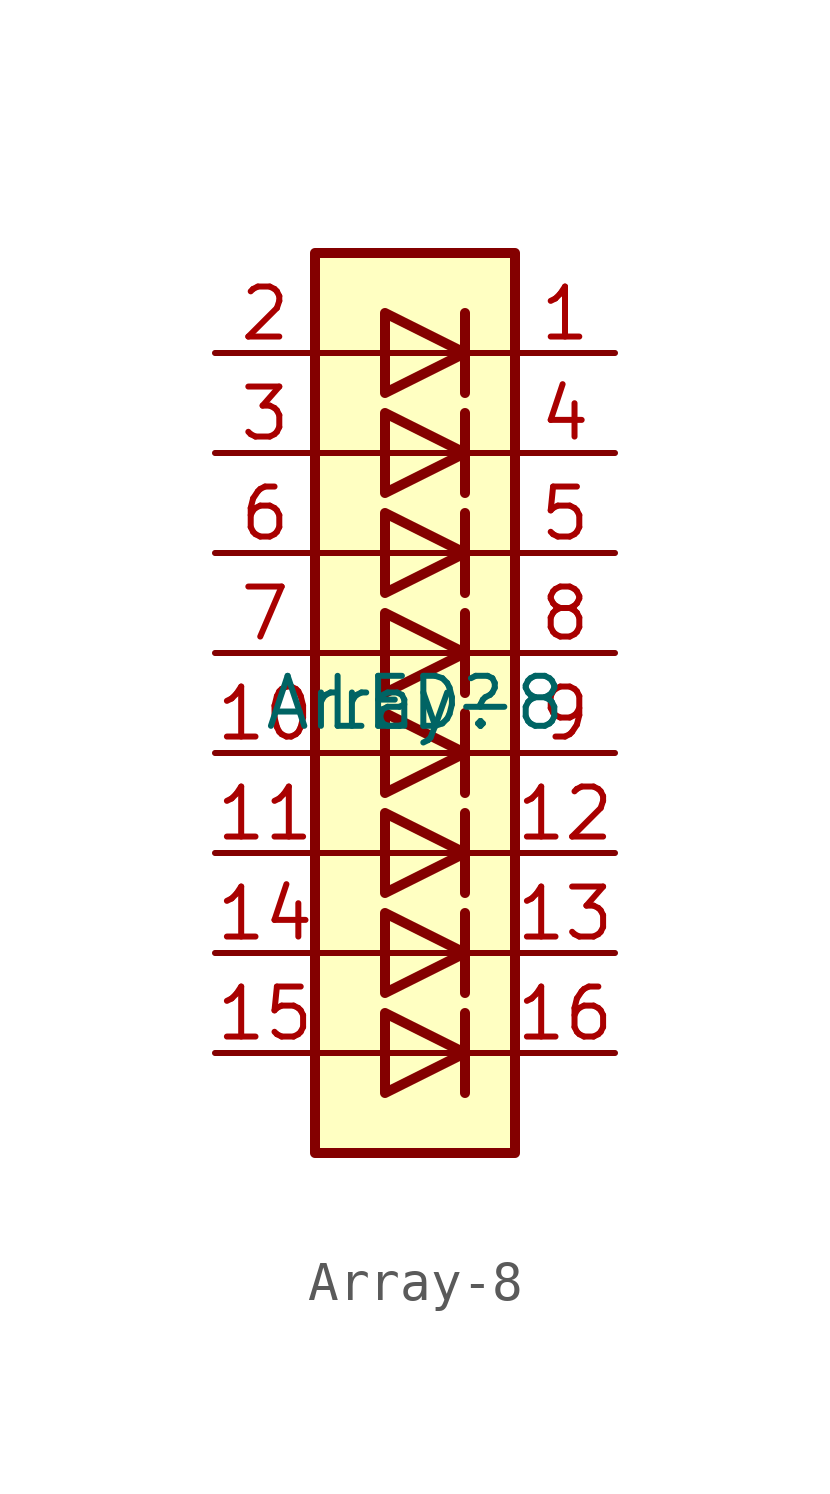
<source format=kicad_sym>
(kicad_symbol_lib
  (version 20231120)
  (generator "kicad_symbol_editor")
  (generator_version "8.0")
  (symbol "Array-8"
    (pin_names
      (offset 1.016))
    (property "Reference" "LED"
      (at 1.27 0 0)
      (effects (font (size 1.27 1.27))))
    (property "Value" "Array-8"
      (at 1.27 0 0)
      (effects (font (size 1.27 1.27))))
    (symbol "Array-8_1_1"
      (rectangle (start -1.27 11.43) (end 3.81 -11.43) (stroke (width 0.254) (type solid)) (fill (type background)))
      (polyline (pts (xy -1.27 -8.89) (xy 3.81 -8.89)) (stroke (width 0) (type solid)) (fill (type none)))
      (polyline (pts (xy -1.27 -6.35) (xy 3.81 -6.35)) (stroke (width 0) (type solid)) (fill (type none)))
      (polyline (pts (xy -1.27 -1.27) (xy 3.81 -1.27)) (stroke (width 0) (type solid)) (fill (type none)))
      (polyline (pts (xy -1.27 3.81) (xy 3.81 3.81)) (stroke (width 0) (type solid)) (fill (type none)))
      (polyline (pts (xy -1.27 6.35) (xy 3.81 6.35)) (stroke (width 0) (type solid)) (fill (type none)))
      (polyline (pts (xy -1.27 8.89) (xy 3.81 8.89)) (stroke (width 0) (type solid)) (fill (type none)))
      (polyline (pts (xy 2.54 -7.874) (xy 2.54 -9.906)) (stroke (width 0.254) (type solid)) (fill (type none)))
      (polyline (pts (xy 2.54 -5.334) (xy 2.54 -7.366)) (stroke (width 0.254) (type solid)) (fill (type none)))
      (polyline (pts (xy 2.54 -2.794) (xy 2.54 -4.826)) (stroke (width 0.254) (type solid)) (fill (type none)))
      (polyline (pts (xy 2.54 -0.254) (xy 2.54 -2.286)) (stroke (width 0.254) (type solid)) (fill (type none)))
      (polyline (pts (xy 2.54 2.286) (xy 2.54 0.254)) (stroke (width 0.254) (type solid)) (fill (type none)))
      (polyline (pts (xy 2.54 4.826) (xy 2.54 2.794)) (stroke (width 0.254) (type solid)) (fill (type none)))
      (polyline (pts (xy 2.54 7.366) (xy 2.54 5.334)) (stroke (width 0.254) (type solid)) (fill (type none)))
      (polyline (pts (xy 2.54 9.906) (xy 2.54 7.874)) (stroke (width 0.254) (type solid)) (fill (type none)))
      (polyline (pts (xy 3.81 -3.81) (xy -1.27 -3.81)) (stroke (width 0) (type solid)) (fill (type none)))
      (polyline (pts (xy 3.81 1.27) (xy -1.27 1.27)) (stroke (width 0) (type solid)) (fill (type none)))
      (polyline (pts (xy 0.508 -7.874) (xy 0.508 -9.906) (xy 2.54 -8.89) (xy 0.508 -7.874)) (stroke (width 0.254) (type solid)) (fill (type none)))
      (polyline (pts (xy 0.508 -5.334) (xy 0.508 -7.366) (xy 2.54 -6.35) (xy 0.508 -5.334)) (stroke (width 0.254) (type solid)) (fill (type none)))
      (polyline (pts (xy 0.508 -2.794) (xy 0.508 -4.826) (xy 2.54 -3.81) (xy 0.508 -2.794)) (stroke (width 0.254) (type solid)) (fill (type none)))
      (polyline (pts (xy 0.508 -0.254) (xy 0.508 -2.286) (xy 2.54 -1.27) (xy 0.508 -0.254)) (stroke (width 0.254) (type solid)) (fill (type none)))
      (polyline (pts (xy 0.508 2.286) (xy 0.508 0.254) (xy 2.54 1.27) (xy 0.508 2.286)) (stroke (width 0.254) (type solid)) (fill (type none)))
      (polyline (pts (xy 0.508 4.826) (xy 0.508 2.794) (xy 2.54 3.81) (xy 0.508 4.826)) (stroke (width 0.254) (type solid)) (fill (type none)))
      (polyline (pts (xy 0.508 7.366) (xy 0.508 5.334) (xy 2.54 6.35) (xy 0.508 7.366)) (stroke (width 0.254) (type solid)) (fill (type none)))
      (polyline (pts (xy 0.508 9.906) (xy 0.508 7.874) (xy 2.54 8.89) (xy 0.508 9.906)) (stroke (width 0.254) (type solid)) (fill (type none)))
      (pin passive line (at 6.35 8.89 180) (length 2.54) (name "~" (effects (font (size 1.27 1.27)))) (number "1" (effects (font (size 1.27 1.27)))))
      (pin passive line (at -3.81 -1.27 0) (length 2.54) (name "~" (effects (font (size 1.27 1.27)))) (number "10" (effects (font (size 1.27 1.27)))))
      (pin passive line (at -3.81 -3.81 0) (length 2.54) (name "~" (effects (font (size 1.27 1.27)))) (number "11" (effects (font (size 1.27 1.27)))))
      (pin passive line (at 6.35 -3.81 180) (length 2.54) (name "~" (effects (font (size 1.27 1.27)))) (number "12" (effects (font (size 1.27 1.27)))))
      (pin passive line (at 6.35 -6.35 180) (length 2.54) (name "~" (effects (font (size 1.27 1.27)))) (number "13" (effects (font (size 1.27 1.27)))))
      (pin passive line (at -3.81 -6.35 0) (length 2.54) (name "~" (effects (font (size 1.27 1.27)))) (number "14" (effects (font (size 1.27 1.27)))))
      (pin passive line (at -3.81 -8.89 0) (length 2.54) (name "~" (effects (font (size 1.27 1.27)))) (number "15" (effects (font (size 1.27 1.27)))))
      (pin passive line (at 6.35 -8.89 180) (length 2.54) (name "~" (effects (font (size 1.27 1.27)))) (number "16" (effects (font (size 1.27 1.27)))))
      (pin passive line (at -3.81 8.89 0) (length 2.54) (name "~" (effects (font (size 1.27 1.27)))) (number "2" (effects (font (size 1.27 1.27)))))
      (pin passive line (at -3.81 6.35 0) (length 2.54) (name "~" (effects (font (size 1.27 1.27)))) (number "3" (effects (font (size 1.27 1.27)))))
      (pin passive line (at 6.35 6.35 180) (length 2.54) (name "~" (effects (font (size 1.27 1.27)))) (number "4" (effects (font (size 1.27 1.27)))))
      (pin passive line (at 6.35 3.81 180) (length 2.54) (name "~" (effects (font (size 1.27 1.27)))) (number "5" (effects (font (size 1.27 1.27)))))
      (pin passive line (at -3.81 3.81 0) (length 2.54) (name "~" (effects (font (size 1.27 1.27)))) (number "6" (effects (font (size 1.27 1.27)))))
      (pin passive line (at -3.81 1.27 0) (length 2.54) (name "~" (effects (font (size 1.27 1.27)))) (number "7" (effects (font (size 1.27 1.27)))))
      (pin passive line (at 6.35 1.27 180) (length 2.54) (name "~" (effects (font (size 1.27 1.27)))) (number "8" (effects (font (size 1.27 1.27)))))
      (pin passive line (at 6.35 -1.27 180) (length 2.54) (name "~" (effects (font (size 1.27 1.27)))) (number "9" (effects (font (size 1.27 1.27))))))))
</source>
